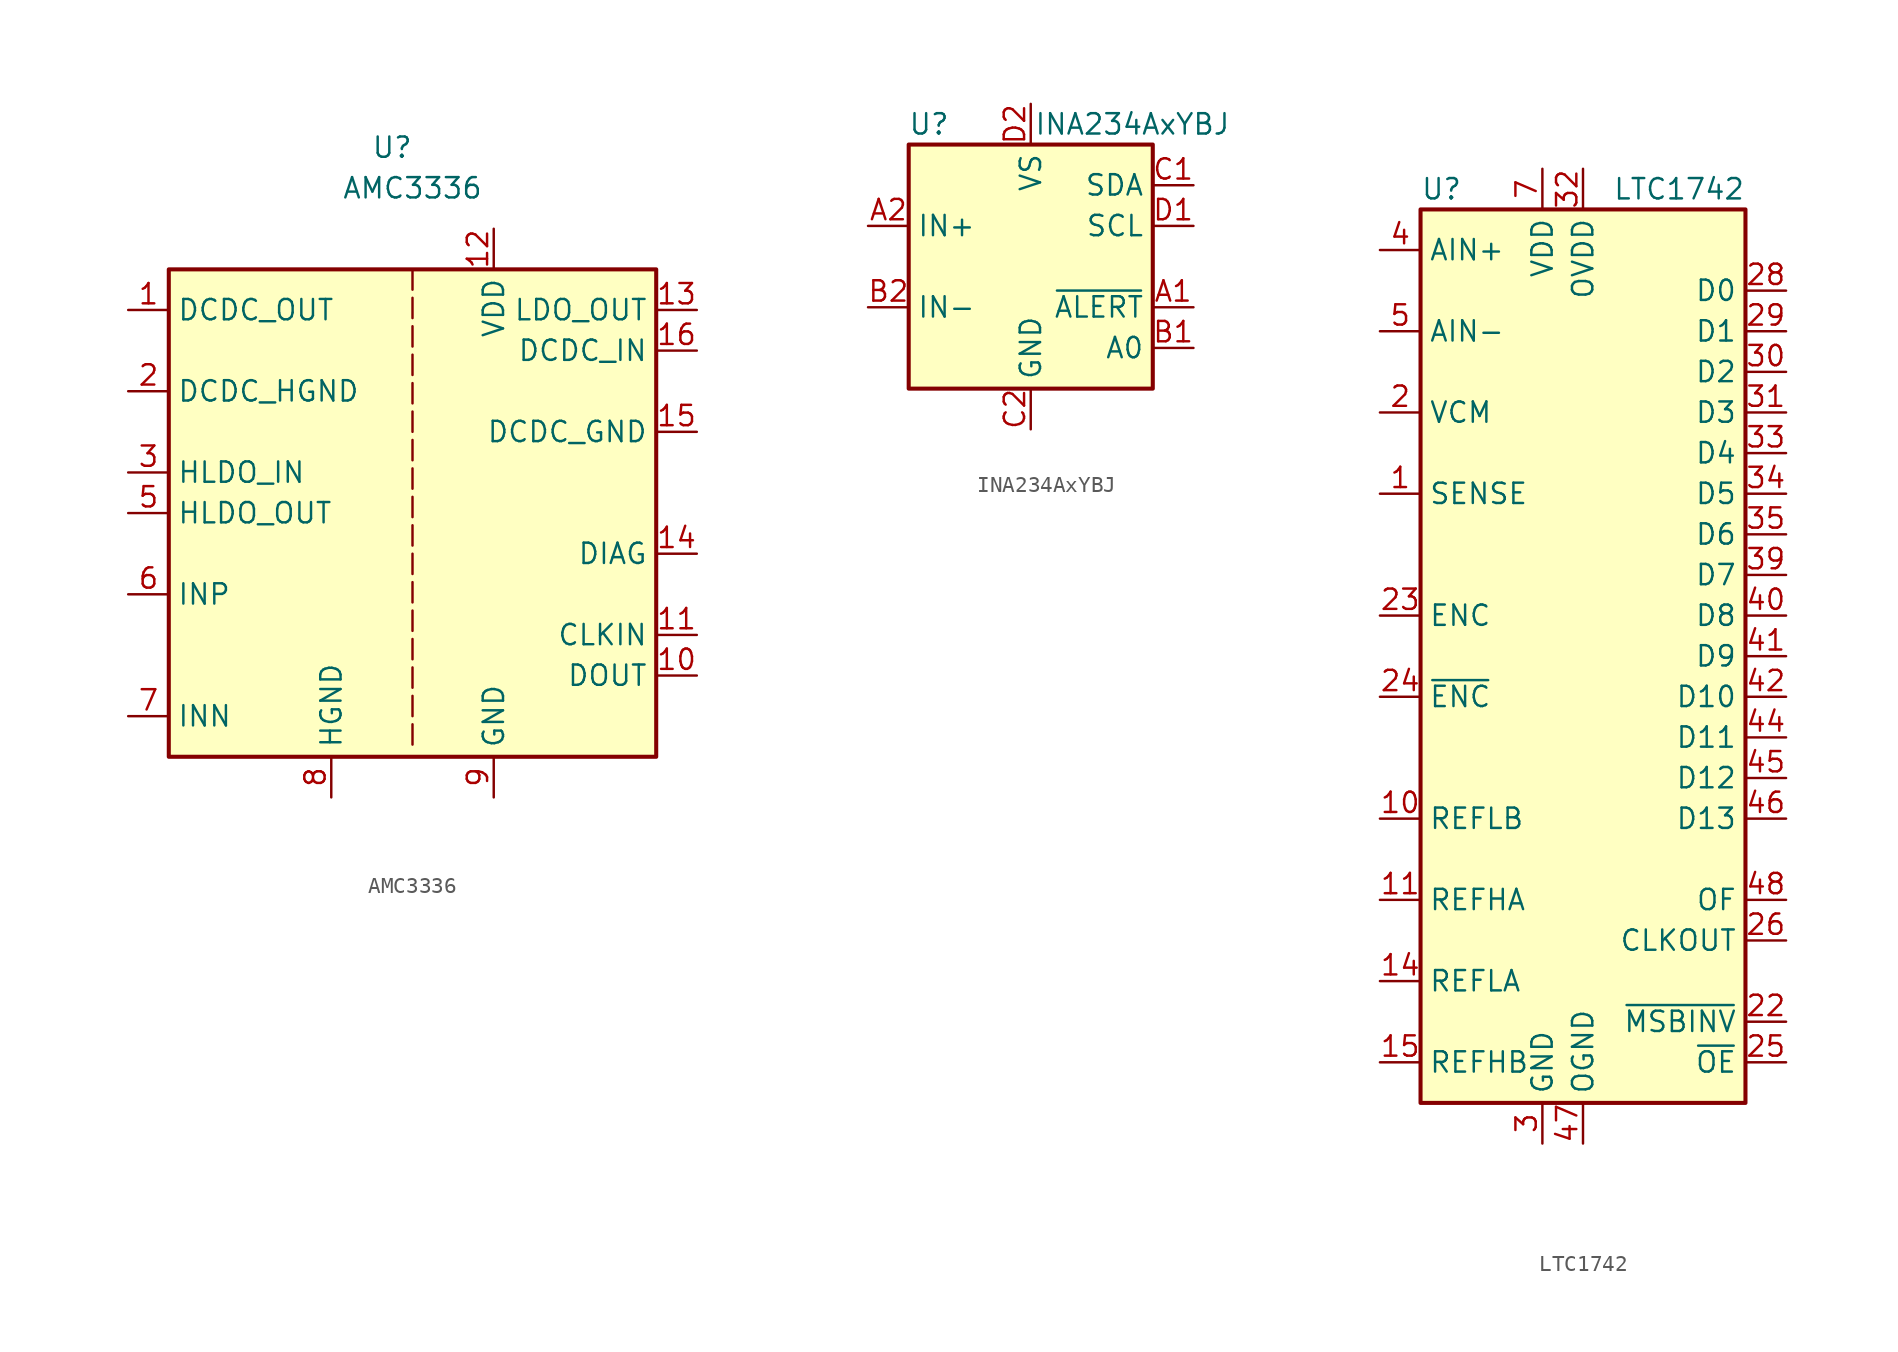
<source format=kicad_sym>
(kicad_symbol_lib
  (version 20220914)
  (generator kicad_symbol_editor)
  (symbol "AMC3336"
    (property "Reference" "U"
      (at -1.27 22.86 0)
      (effects (font (size 1.27 1.27))))
    (property "Value" "AMC3336"
      (at 0 20.32 0)
      (effects (font (size 1.27 1.27))))
    (symbol "AMC3336_0_1"
      (rectangle (start -15.24 15.24) (end 15.24 -15.24) (stroke (width 0.254) (type default)) (fill (type background)))
      (polyline (pts (xy 0 -13.208) (xy 0 -14.478)) (stroke (width 0) (type default)) (fill (type none)))
      (polyline (pts (xy 0 -11.43) (xy 0 -12.7)) (stroke (width 0) (type default)) (fill (type none)))
      (polyline (pts (xy 0 -9.652) (xy 0 -10.922)) (stroke (width 0) (type default)) (fill (type none)))
      (polyline (pts (xy 0 -7.874) (xy 0 -9.144)) (stroke (width 0) (type default)) (fill (type none)))
      (polyline (pts (xy 0 -6.096) (xy 0 -7.366)) (stroke (width 0) (type default)) (fill (type none)))
      (polyline (pts (xy 0 -4.318) (xy 0 -5.588)) (stroke (width 0) (type default)) (fill (type none)))
      (polyline (pts (xy 0 -2.54) (xy 0 -3.81)) (stroke (width 0) (type default)) (fill (type none)))
      (polyline (pts (xy 0 -0.762) (xy 0 -2.032)) (stroke (width 0) (type default)) (fill (type none)))
      (polyline (pts (xy 0 1.016) (xy 0 -0.254)) (stroke (width 0) (type default)) (fill (type none)))
      (polyline (pts (xy 0 2.794) (xy 0 1.524)) (stroke (width 0) (type default)) (fill (type none)))
      (polyline (pts (xy 0 4.572) (xy 0 3.302)) (stroke (width 0) (type default)) (fill (type none)))
      (polyline (pts (xy 0 6.35) (xy 0 5.08)) (stroke (width 0) (type default)) (fill (type none)))
      (polyline (pts (xy 0 8.128) (xy 0 6.858)) (stroke (width 0) (type default)) (fill (type none)))
      (polyline (pts (xy 0 9.906) (xy 0 8.636)) (stroke (width 0) (type default)) (fill (type none)))
      (polyline (pts (xy 0 11.684) (xy 0 10.414)) (stroke (width 0) (type default)) (fill (type none)))
      (polyline (pts (xy 0 13.462) (xy 0 12.192)) (stroke (width 0) (type default)) (fill (type none)))
      (polyline (pts (xy 0 15.24) (xy 0 13.97)) (stroke (width 0) (type default)) (fill (type none))))
    (symbol "AMC3336_1_1"
      (pin power_out line (at -17.78 12.7 0) (length 2.54) (name "DCDC_OUT" (effects (font (size 1.27 1.27)))) (number "1" (effects (font (size 1.27 1.27)))))
      (pin output line (at 17.78 -10.16 180) (length 2.54) (name "DOUT" (effects (font (size 1.27 1.27)))) (number "10" (effects (font (size 1.27 1.27)))))
      (pin input line (at 17.78 -7.62 180) (length 2.54) (name "CLKIN" (effects (font (size 1.27 1.27)))) (number "11" (effects (font (size 1.27 1.27)))))
      (pin power_in line (at 5.08 17.78 270) (length 2.54) (name "VDD" (effects (font (size 1.27 1.27)))) (number "12" (effects (font (size 1.27 1.27)))))
      (pin power_out line (at 17.78 12.7 180) (length 2.54) (name "LDO_OUT" (effects (font (size 1.27 1.27)))) (number "13" (effects (font (size 1.27 1.27)))))
      (pin output line (at 17.78 -2.54 180) (length 2.54) (name "DIAG" (effects (font (size 1.27 1.27)))) (number "14" (effects (font (size 1.27 1.27)))))
      (pin power_in line (at 17.78 5.08 180) (length 2.54) (name "DCDC_GND" (effects (font (size 1.27 1.27)))) (number "15" (effects (font (size 1.27 1.27)))))
      (pin power_in line (at 17.78 10.16 180) (length 2.54) (name "DCDC_IN" (effects (font (size 1.27 1.27)))) (number "16" (effects (font (size 1.27 1.27)))))
      (pin power_out line (at -17.78 7.62 0) (length 2.54) (name "DCDC_HGND" (effects (font (size 1.27 1.27)))) (number "2" (effects (font (size 1.27 1.27)))))
      (pin power_in line (at -17.78 2.54 0) (length 2.54) (name "HLDO_IN" (effects (font (size 1.27 1.27)))) (number "3" (effects (font (size 1.27 1.27)))))
      (pin no_connect line (at -7.62 -15.24 90) (length 2.54) hide (name "NC" (effects (font (size 1.27 1.27)))) (number "4" (effects (font (size 1.27 1.27)))))
      (pin power_out line (at -17.78 0 0) (length 2.54) (name "HLDO_OUT" (effects (font (size 1.27 1.27)))) (number "5" (effects (font (size 1.27 1.27)))))
      (pin input line (at -17.78 -5.08 0) (length 2.54) (name "INP" (effects (font (size 1.27 1.27)))) (number "6" (effects (font (size 1.27 1.27)))))
      (pin input line (at -17.78 -12.7 0) (length 2.54) (name "INN" (effects (font (size 1.27 1.27)))) (number "7" (effects (font (size 1.27 1.27)))))
      (pin power_in line (at -5.08 -17.78 90) (length 2.54) (name "HGND" (effects (font (size 1.27 1.27)))) (number "8" (effects (font (size 1.27 1.27)))))
      (pin power_in line (at 5.08 -17.78 90) (length 2.54) (name "GND" (effects (font (size 1.27 1.27)))) (number "9" (effects (font (size 1.27 1.27)))))))
  (symbol "INA234AxYBJ"
    (property "Reference" "U"
      (at -6.35 8.89 0)
      (effects (font (size 1.27 1.27))))
    (property "Value" "INA234AxYBJ"
      (at 6.35 8.89 0)
      (effects (font (size 1.27 1.27))))
    (symbol "INA234AxYBJ_0_1"
      (rectangle (start -7.62 7.62) (end 7.62 -7.62) (stroke (width 0.254) (type default)) (fill (type background))))
    (symbol "INA234AxYBJ_1_1"
      (pin open_collector line (at 10.16 -2.54 180) (length 2.54) (name "~{ALERT}" (effects (font (size 1.27 1.27)))) (number "A1" (effects (font (size 1.27 1.27)))) (alternate "ALERT" open_collector line))
      (pin input line (at -10.16 2.54 0) (length 2.54) (name "IN+" (effects (font (size 1.27 1.27)))) (number "A2" (effects (font (size 1.27 1.27)))))
      (pin input line (at 10.16 -5.08 180) (length 2.54) (name "A0" (effects (font (size 1.27 1.27)))) (number "B1" (effects (font (size 1.27 1.27)))))
      (pin input line (at -10.16 -2.54 0) (length 2.54) (name "IN-" (effects (font (size 1.27 1.27)))) (number "B2" (effects (font (size 1.27 1.27)))))
      (pin bidirectional line (at 10.16 5.08 180) (length 2.54) (name "SDA" (effects (font (size 1.27 1.27)))) (number "C1" (effects (font (size 1.27 1.27)))))
      (pin power_in line (at 0 -10.16 90) (length 2.54) (name "GND" (effects (font (size 1.27 1.27)))) (number "C2" (effects (font (size 1.27 1.27)))))
      (pin input line (at 10.16 2.54 180) (length 2.54) (name "SCL" (effects (font (size 1.27 1.27)))) (number "D1" (effects (font (size 1.27 1.27)))))
      (pin power_in line (at 0 10.16 270) (length 2.54) (name "VS" (effects (font (size 1.27 1.27)))) (number "D2" (effects (font (size 1.27 1.27)))))))
  (symbol "LTC1742"
    (property "Reference" "U"
      (at -10.16 29.21 0)
      (effects (font (size 1.27 1.27)) (justify left)))
    (property "Value" "LTC1742"
      (at 10.16 29.21 0)
      (effects (font (size 1.27 1.27)) (justify right)))
    (symbol "LTC1742_0_1"
      (rectangle (start -10.16 27.94) (end 10.16 -27.94) (stroke (width 0.254) (type default)) (fill (type background))))
    (symbol "LTC1742_1_1"
      (pin input line (at -12.7 10.16 0) (length 2.54) (name "SENSE" (effects (font (size 1.27 1.27)))) (number "1" (effects (font (size 1.27 1.27)))))
      (pin passive line (at -12.7 -10.16 0) (length 2.54) (name "REFLB" (effects (font (size 1.27 1.27)))) (number "10" (effects (font (size 1.27 1.27)))))
      (pin passive line (at -12.7 -15.24 0) (length 2.54) (name "REFHA" (effects (font (size 1.27 1.27)))) (number "11" (effects (font (size 1.27 1.27)))))
      (pin passive line (at -2.54 -30.48 90) (length 2.54) hide (name "GND" (effects (font (size 1.27 1.27)))) (number "12" (effects (font (size 1.27 1.27)))))
      (pin passive line (at -2.54 -30.48 90) (length 2.54) hide (name "GND" (effects (font (size 1.27 1.27)))) (number "13" (effects (font (size 1.27 1.27)))))
      (pin passive line (at -12.7 -20.32 0) (length 2.54) (name "REFLA" (effects (font (size 1.27 1.27)))) (number "14" (effects (font (size 1.27 1.27)))))
      (pin passive line (at -12.7 -25.4 0) (length 2.54) (name "REFHB" (effects (font (size 1.27 1.27)))) (number "15" (effects (font (size 1.27 1.27)))))
      (pin passive line (at -2.54 -30.48 90) (length 2.54) hide (name "GND" (effects (font (size 1.27 1.27)))) (number "16" (effects (font (size 1.27 1.27)))))
      (pin passive line (at -2.54 30.48 270) (length 2.54) hide (name "VDD" (effects (font (size 1.27 1.27)))) (number "17" (effects (font (size 1.27 1.27)))))
      (pin passive line (at -2.54 30.48 270) (length 2.54) hide (name "VDD" (effects (font (size 1.27 1.27)))) (number "18" (effects (font (size 1.27 1.27)))))
      (pin passive line (at -2.54 -30.48 90) (length 2.54) hide (name "GND" (effects (font (size 1.27 1.27)))) (number "19" (effects (font (size 1.27 1.27)))))
      (pin output line (at -12.7 15.24 0) (length 2.54) (name "VCM" (effects (font (size 1.27 1.27)))) (number "2" (effects (font (size 1.27 1.27)))))
      (pin passive line (at -2.54 30.48 270) (length 2.54) hide (name "VDD" (effects (font (size 1.27 1.27)))) (number "20" (effects (font (size 1.27 1.27)))))
      (pin passive line (at -2.54 -30.48 90) (length 2.54) hide (name "GND" (effects (font (size 1.27 1.27)))) (number "21" (effects (font (size 1.27 1.27)))))
      (pin input line (at 12.7 -22.86 180) (length 2.54) (name "~{MSBINV}" (effects (font (size 1.27 1.27)))) (number "22" (effects (font (size 1.27 1.27)))))
      (pin input line (at -12.7 2.54 0) (length 2.54) (name "ENC" (effects (font (size 1.27 1.27)))) (number "23" (effects (font (size 1.27 1.27)))))
      (pin input line (at -12.7 -2.54 0) (length 2.54) (name "~{ENC}" (effects (font (size 1.27 1.27)))) (number "24" (effects (font (size 1.27 1.27)))))
      (pin input line (at 12.7 -25.4 180) (length 2.54) (name "~{OE}" (effects (font (size 1.27 1.27)))) (number "25" (effects (font (size 1.27 1.27)))))
      (pin output line (at 12.7 -17.78 180) (length 2.54) (name "CLKOUT" (effects (font (size 1.27 1.27)))) (number "26" (effects (font (size 1.27 1.27)))))
      (pin passive line (at 0 -30.48 90) (length 2.54) hide (name "OGND" (effects (font (size 1.27 1.27)))) (number "27" (effects (font (size 1.27 1.27)))))
      (pin output line (at 12.7 22.86 180) (length 2.54) (name "D0" (effects (font (size 1.27 1.27)))) (number "28" (effects (font (size 1.27 1.27)))))
      (pin output line (at 12.7 20.32 180) (length 2.54) (name "D1" (effects (font (size 1.27 1.27)))) (number "29" (effects (font (size 1.27 1.27)))))
      (pin power_in line (at -2.54 -30.48 90) (length 2.54) (name "GND" (effects (font (size 1.27 1.27)))) (number "3" (effects (font (size 1.27 1.27)))))
      (pin output line (at 12.7 17.78 180) (length 2.54) (name "D2" (effects (font (size 1.27 1.27)))) (number "30" (effects (font (size 1.27 1.27)))))
      (pin output line (at 12.7 15.24 180) (length 2.54) (name "D3" (effects (font (size 1.27 1.27)))) (number "31" (effects (font (size 1.27 1.27)))))
      (pin power_in line (at 0 30.48 270) (length 2.54) (name "OVDD" (effects (font (size 1.27 1.27)))) (number "32" (effects (font (size 1.27 1.27)))))
      (pin output line (at 12.7 12.7 180) (length 2.54) (name "D4" (effects (font (size 1.27 1.27)))) (number "33" (effects (font (size 1.27 1.27)))))
      (pin output line (at 12.7 10.16 180) (length 2.54) (name "D5" (effects (font (size 1.27 1.27)))) (number "34" (effects (font (size 1.27 1.27)))))
      (pin output line (at 12.7 7.62 180) (length 2.54) (name "D6" (effects (font (size 1.27 1.27)))) (number "35" (effects (font (size 1.27 1.27)))))
      (pin passive line (at -2.54 -30.48 90) (length 2.54) hide (name "GND" (effects (font (size 1.27 1.27)))) (number "36" (effects (font (size 1.27 1.27)))))
      (pin passive line (at -2.54 -30.48 90) (length 2.54) hide (name "GND" (effects (font (size 1.27 1.27)))) (number "37" (effects (font (size 1.27 1.27)))))
      (pin passive line (at 0 -30.48 90) (length 2.54) hide (name "OGND" (effects (font (size 1.27 1.27)))) (number "38" (effects (font (size 1.27 1.27)))))
      (pin output line (at 12.7 5.08 180) (length 2.54) (name "D7" (effects (font (size 1.27 1.27)))) (number "39" (effects (font (size 1.27 1.27)))))
      (pin input line (at -12.7 25.4 0) (length 2.54) (name "AIN+" (effects (font (size 1.27 1.27)))) (number "4" (effects (font (size 1.27 1.27)))))
      (pin output line (at 12.7 2.54 180) (length 2.54) (name "D8" (effects (font (size 1.27 1.27)))) (number "40" (effects (font (size 1.27 1.27)))))
      (pin output line (at 12.7 0 180) (length 2.54) (name "D9" (effects (font (size 1.27 1.27)))) (number "41" (effects (font (size 1.27 1.27)))))
      (pin output line (at 12.7 -2.54 180) (length 2.54) (name "D10" (effects (font (size 1.27 1.27)))) (number "42" (effects (font (size 1.27 1.27)))))
      (pin passive line (at 0 30.48 270) (length 2.54) hide (name "OVDD" (effects (font (size 1.27 1.27)))) (number "43" (effects (font (size 1.27 1.27)))))
      (pin output line (at 12.7 -5.08 180) (length 2.54) (name "D11" (effects (font (size 1.27 1.27)))) (number "44" (effects (font (size 1.27 1.27)))))
      (pin output line (at 12.7 -7.62 180) (length 2.54) (name "D12" (effects (font (size 1.27 1.27)))) (number "45" (effects (font (size 1.27 1.27)))))
      (pin output line (at 12.7 -10.16 180) (length 2.54) (name "D13" (effects (font (size 1.27 1.27)))) (number "46" (effects (font (size 1.27 1.27)))))
      (pin power_in line (at 0 -30.48 90) (length 2.54) (name "OGND" (effects (font (size 1.27 1.27)))) (number "47" (effects (font (size 1.27 1.27)))))
      (pin output line (at 12.7 -15.24 180) (length 2.54) (name "OF" (effects (font (size 1.27 1.27)))) (number "48" (effects (font (size 1.27 1.27)))))
      (pin input line (at -12.7 20.32 0) (length 2.54) (name "AIN-" (effects (font (size 1.27 1.27)))) (number "5" (effects (font (size 1.27 1.27)))))
      (pin passive line (at -2.54 -30.48 90) (length 2.54) hide (name "GND" (effects (font (size 1.27 1.27)))) (number "6" (effects (font (size 1.27 1.27)))))
      (pin power_in line (at -2.54 30.48 270) (length 2.54) (name "VDD" (effects (font (size 1.27 1.27)))) (number "7" (effects (font (size 1.27 1.27)))))
      (pin passive line (at -2.54 30.48 270) (length 2.54) hide (name "VDD" (effects (font (size 1.27 1.27)))) (number "8" (effects (font (size 1.27 1.27)))))
      (pin passive line (at -2.54 -30.48 90) (length 2.54) hide (name "GND" (effects (font (size 1.27 1.27)))) (number "9" (effects (font (size 1.27 1.27))))))))
</source>
